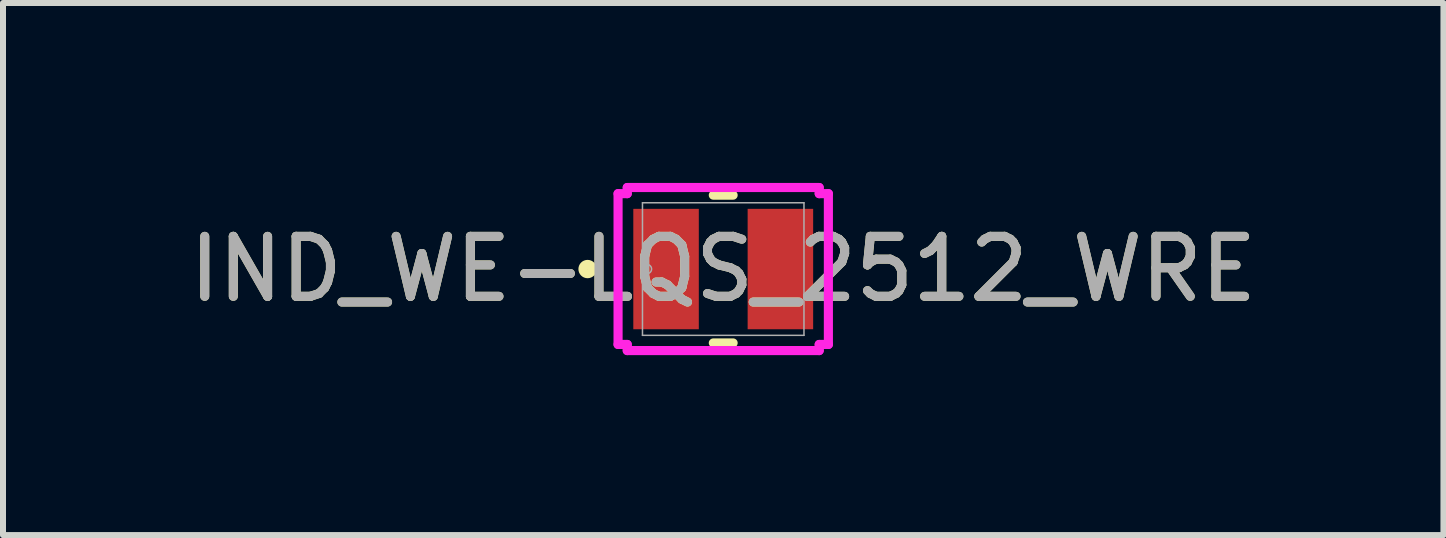
<source format=kicad_pcb>
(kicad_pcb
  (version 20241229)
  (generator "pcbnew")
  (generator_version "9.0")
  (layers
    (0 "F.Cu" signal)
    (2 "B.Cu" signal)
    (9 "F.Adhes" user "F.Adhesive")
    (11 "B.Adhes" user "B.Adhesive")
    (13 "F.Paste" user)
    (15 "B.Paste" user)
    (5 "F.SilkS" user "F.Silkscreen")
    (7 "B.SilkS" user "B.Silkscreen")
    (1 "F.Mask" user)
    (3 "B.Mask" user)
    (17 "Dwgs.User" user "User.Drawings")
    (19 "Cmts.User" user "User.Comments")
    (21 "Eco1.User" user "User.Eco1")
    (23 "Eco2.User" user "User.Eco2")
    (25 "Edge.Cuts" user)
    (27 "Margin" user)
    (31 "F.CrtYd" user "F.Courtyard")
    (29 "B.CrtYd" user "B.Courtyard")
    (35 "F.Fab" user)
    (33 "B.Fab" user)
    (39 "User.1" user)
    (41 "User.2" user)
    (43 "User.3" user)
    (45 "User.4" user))
  (footprint "IND_WE-LQS_2512_WRE"
    (layer "F.Cu")
    (at 9.006 1.435)
    (property "Reference" "IND_WE-LQS_2512_WRE" (at 0 0 0) (unlocked yes) (layer "F.SilkS") (effects (font (size 1 1) (thickness 0.15))))
    (attr smd)
    (fp_line (start -0.165 1.232) (end 0.165 1.232) (stroke (width 0.152) (type solid)) (layer "F.SilkS"))
    (fp_line (start 0.165 -1.232) (end -0.165 -1.232) (stroke (width 0.152) (type solid)) (layer "F.SilkS"))
    (fp_circle (center -2.261 0) (end -2.184 0) (stroke (width 0.152) (type solid)) (fill no) (layer "F.SilkS"))
    (fp_line (start -1.753 -1.257) (end -1.6 -1.257) (stroke (width 0.152) (type solid)) (layer "F.CrtYd"))
    (fp_line (start -1.753 1.257) (end -1.753 -1.257) (stroke (width 0.152) (type solid)) (layer "F.CrtYd"))
    (fp_line (start -1.6 -1.359) (end 1.6 -1.359) (stroke (width 0.152) (type solid)) (layer "F.CrtYd"))
    (fp_line (start -1.6 -1.257) (end -1.6 -1.359) (stroke (width 0.152) (type solid)) (layer "F.CrtYd"))
    (fp_line (start -1.6 1.257) (end -1.753 1.257) (stroke (width 0.152) (type solid)) (layer "F.CrtYd"))
    (fp_line (start -1.6 1.359) (end -1.6 1.257) (stroke (width 0.152) (type solid)) (layer "F.CrtYd"))
    (fp_line (start 1.6 -1.359) (end 1.6 -1.257) (stroke (width 0.152) (type solid)) (layer "F.CrtYd"))
    (fp_line (start 1.6 -1.257) (end 1.753 -1.257) (stroke (width 0.152) (type solid)) (layer "F.CrtYd"))
    (fp_line (start 1.6 1.257) (end 1.6 1.359) (stroke (width 0.152) (type solid)) (layer "F.CrtYd"))
    (fp_line (start 1.6 1.359) (end -1.6 1.359) (stroke (width 0.152) (type solid)) (layer "F.CrtYd"))
    (fp_line (start 1.753 -1.257) (end 1.753 1.257) (stroke (width 0.152) (type solid)) (layer "F.CrtYd"))
    (fp_line (start 1.753 1.257) (end 1.6 1.257) (stroke (width 0.152) (type solid)) (layer "F.CrtYd"))
    (fp_line (start -1.346 -1.105) (end -1.346 1.105) (stroke (width 0.025) (type solid)) (layer "F.Fab"))
    (fp_line (start -1.346 1.105) (end 1.346 1.105) (stroke (width 0.025) (type solid)) (layer "F.Fab"))
    (fp_line (start 1.346 -1.105) (end -1.346 -1.105) (stroke (width 0.025) (type solid)) (layer "F.Fab"))
    (fp_line (start 1.346 1.105) (end 1.346 -1.105) (stroke (width 0.025) (type solid)) (layer "F.Fab"))
    (fp_circle (center -1.27 0) (end -1.194 0) (stroke (width 0.025) (type solid)) (fill no) (layer "F.Fab"))
    (fp_text user "${REFERENCE}" (at 0 0 0) (unlocked yes) (layer "F.Fab") (effects (font (size 1 1) (thickness 0.15))))
    (pad "1" smd rect (at -0.953 0) (size 1.092 2.007) (layers "F.Cu" "F.Mask" "F.Paste"))
    (pad "2" smd rect (at 0.953 0) (size 1.092 2.007) (layers "F.Cu" "F.Mask" "F.Paste"))
    (zone (net_name "") (layer "F.Cu") (hatch full 0.508) (connect_pads) (min_thickness 0.254) (filled_areas_thickness no) (keepout (tracks not_allowed) (vias not_allowed) (pads allowed) (copperpour not_allowed) (footprints allowed)) (placement (enabled no)) (fill) (polygon (pts (xy 8.65 0.381) (xy 9.362 0.381) (xy 9.362 2.489) (xy 8.65 2.489)))))
  (gr_rect
    (start -3 -3)
    (end 21.012 5.87)
    (stroke (width 0.1) (type default))
    (fill no)
    (layer "Edge.Cuts")))
</source>
